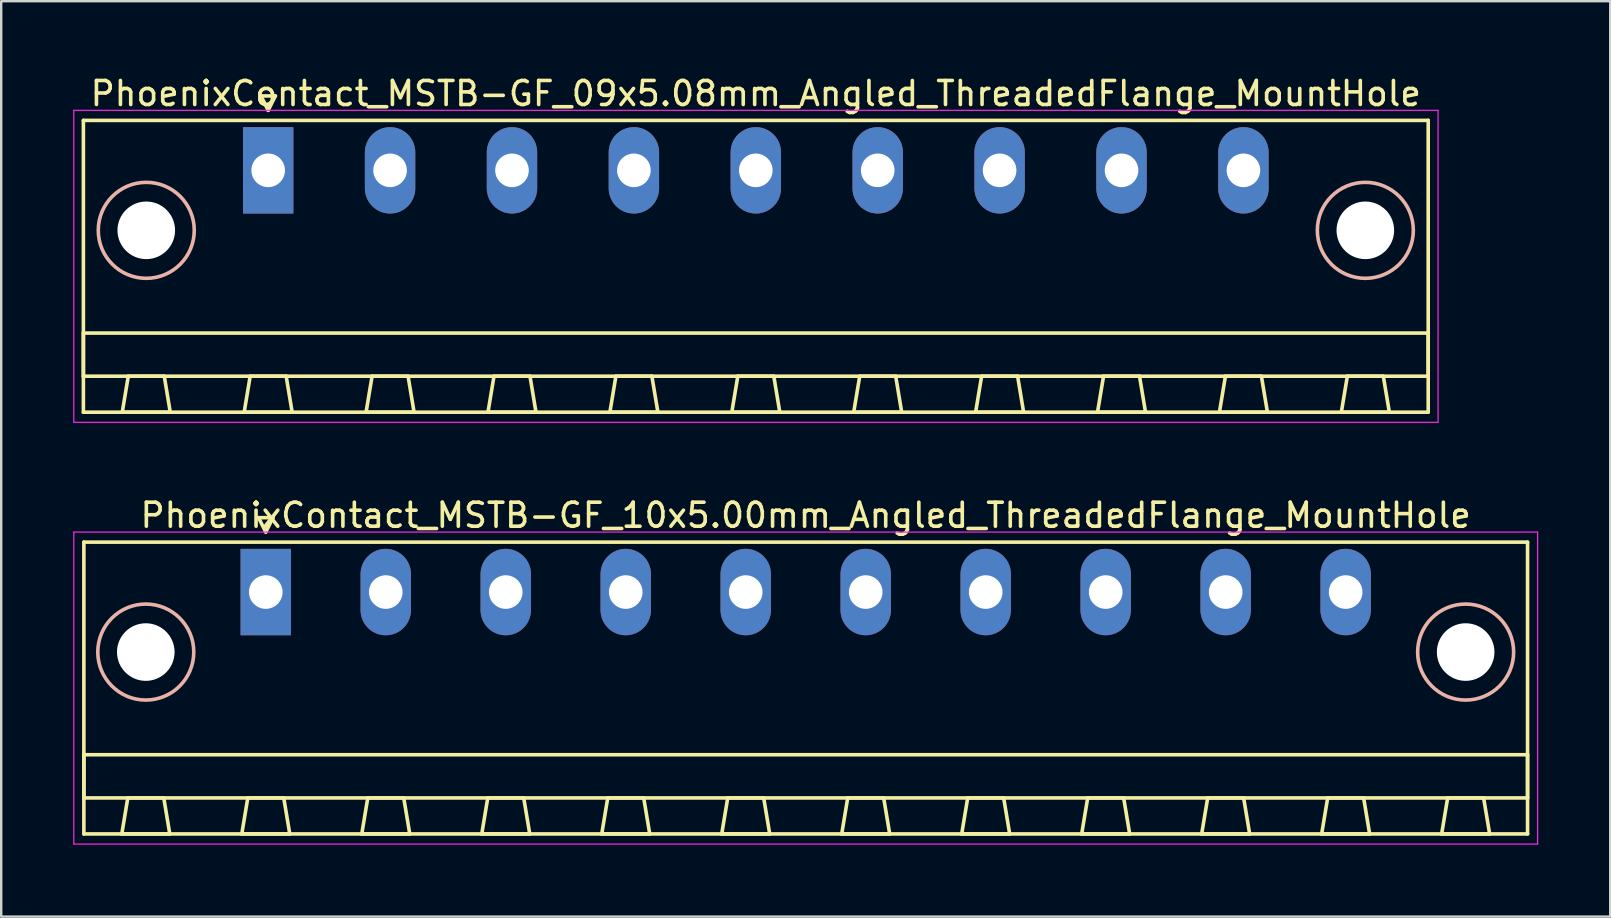
<source format=kicad_pcb>
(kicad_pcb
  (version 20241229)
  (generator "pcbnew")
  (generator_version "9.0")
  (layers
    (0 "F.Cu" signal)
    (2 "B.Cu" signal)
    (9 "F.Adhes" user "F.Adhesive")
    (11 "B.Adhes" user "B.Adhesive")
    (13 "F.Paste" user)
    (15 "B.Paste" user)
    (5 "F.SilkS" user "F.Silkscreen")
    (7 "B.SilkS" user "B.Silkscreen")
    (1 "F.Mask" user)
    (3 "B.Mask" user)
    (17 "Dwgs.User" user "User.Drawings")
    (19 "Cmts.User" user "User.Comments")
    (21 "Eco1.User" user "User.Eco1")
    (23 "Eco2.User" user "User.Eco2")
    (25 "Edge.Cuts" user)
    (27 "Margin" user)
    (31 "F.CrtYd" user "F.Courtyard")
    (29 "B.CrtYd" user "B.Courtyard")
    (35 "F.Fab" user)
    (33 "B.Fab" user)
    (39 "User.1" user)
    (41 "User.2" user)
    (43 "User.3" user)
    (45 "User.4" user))
  (footprint "PhoenixContact_MSTB-GF_10x5.00mm_Angled_ThreadedFlange_MountHole"
    (layer "F.Cu")
    (at 8.025 21.622)
    (property "Reference" "PhoenixContact_MSTB-GF_10x5.00mm_Angled_ThreadedFlange_MountHole" (at 22.5 -3.2 0) (layer "F.SilkS") (effects (font (size 1 1) (thickness 0.15))))
    (attr through_hole)
    (fp_line (start -7.58 -2.08) (end -7.58 10.08) (stroke (width 0.15) (type solid)) (layer "F.SilkS"))
    (fp_line (start -7.58 6.78) (end 52.58 6.78) (stroke (width 0.15) (type solid)) (layer "F.SilkS"))
    (fp_line (start -7.58 8.58) (end -7.58 6.78) (stroke (width 0.15) (type solid)) (layer "F.SilkS"))
    (fp_line (start -7.58 10.08) (end 52.58 10.08) (stroke (width 0.15) (type solid)) (layer "F.SilkS"))
    (fp_line (start -6 10.08) (end -4 10.08) (stroke (width 0.15) (type solid)) (layer "F.SilkS"))
    (fp_line (start -5.75 8.58) (end -6 10.08) (stroke (width 0.15) (type solid)) (layer "F.SilkS"))
    (fp_line (start -4.25 8.58) (end -5.75 8.58) (stroke (width 0.15) (type solid)) (layer "F.SilkS"))
    (fp_line (start -4 10.08) (end -4.25 8.58) (stroke (width 0.15) (type solid)) (layer "F.SilkS"))
    (fp_line (start -1 10.08) (end 1 10.08) (stroke (width 0.15) (type solid)) (layer "F.SilkS"))
    (fp_line (start -0.75 8.58) (end -1 10.08) (stroke (width 0.15) (type solid)) (layer "F.SilkS"))
    (fp_line (start -0.3 -3.1) (end 0 -2.5) (stroke (width 0.15) (type solid)) (layer "F.SilkS"))
    (fp_line (start 0 -2.5) (end 0.3 -3.1) (stroke (width 0.15) (type solid)) (layer "F.SilkS"))
    (fp_line (start 0.3 -3.1) (end -0.3 -3.1) (stroke (width 0.15) (type solid)) (layer "F.SilkS"))
    (fp_line (start 0.75 8.58) (end -0.75 8.58) (stroke (width 0.15) (type solid)) (layer "F.SilkS"))
    (fp_line (start 1 10.08) (end 0.75 8.58) (stroke (width 0.15) (type solid)) (layer "F.SilkS"))
    (fp_line (start 4 10.08) (end 6 10.08) (stroke (width 0.15) (type solid)) (layer "F.SilkS"))
    (fp_line (start 4.25 8.58) (end 4 10.08) (stroke (width 0.15) (type solid)) (layer "F.SilkS"))
    (fp_line (start 5.75 8.58) (end 4.25 8.58) (stroke (width 0.15) (type solid)) (layer "F.SilkS"))
    (fp_line (start 6 10.08) (end 5.75 8.58) (stroke (width 0.15) (type solid)) (layer "F.SilkS"))
    (fp_line (start 9 10.08) (end 11 10.08) (stroke (width 0.15) (type solid)) (layer "F.SilkS"))
    (fp_line (start 9.25 8.58) (end 9 10.08) (stroke (width 0.15) (type solid)) (layer "F.SilkS"))
    (fp_line (start 10.75 8.58) (end 9.25 8.58) (stroke (width 0.15) (type solid)) (layer "F.SilkS"))
    (fp_line (start 11 10.08) (end 10.75 8.58) (stroke (width 0.15) (type solid)) (layer "F.SilkS"))
    (fp_line (start 14 10.08) (end 16 10.08) (stroke (width 0.15) (type solid)) (layer "F.SilkS"))
    (fp_line (start 14.25 8.58) (end 14 10.08) (stroke (width 0.15) (type solid)) (layer "F.SilkS"))
    (fp_line (start 15.75 8.58) (end 14.25 8.58) (stroke (width 0.15) (type solid)) (layer "F.SilkS"))
    (fp_line (start 16 10.08) (end 15.75 8.58) (stroke (width 0.15) (type solid)) (layer "F.SilkS"))
    (fp_line (start 19 10.08) (end 21 10.08) (stroke (width 0.15) (type solid)) (layer "F.SilkS"))
    (fp_line (start 19.25 8.58) (end 19 10.08) (stroke (width 0.15) (type solid)) (layer "F.SilkS"))
    (fp_line (start 20.75 8.58) (end 19.25 8.58) (stroke (width 0.15) (type solid)) (layer "F.SilkS"))
    (fp_line (start 21 10.08) (end 20.75 8.58) (stroke (width 0.15) (type solid)) (layer "F.SilkS"))
    (fp_line (start 24 10.08) (end 26 10.08) (stroke (width 0.15) (type solid)) (layer "F.SilkS"))
    (fp_line (start 24.25 8.58) (end 24 10.08) (stroke (width 0.15) (type solid)) (layer "F.SilkS"))
    (fp_line (start 25.75 8.58) (end 24.25 8.58) (stroke (width 0.15) (type solid)) (layer "F.SilkS"))
    (fp_line (start 26 10.08) (end 25.75 8.58) (stroke (width 0.15) (type solid)) (layer "F.SilkS"))
    (fp_line (start 29 10.08) (end 31 10.08) (stroke (width 0.15) (type solid)) (layer "F.SilkS"))
    (fp_line (start 29.25 8.58) (end 29 10.08) (stroke (width 0.15) (type solid)) (layer "F.SilkS"))
    (fp_line (start 30.75 8.58) (end 29.25 8.58) (stroke (width 0.15) (type solid)) (layer "F.SilkS"))
    (fp_line (start 31 10.08) (end 30.75 8.58) (stroke (width 0.15) (type solid)) (layer "F.SilkS"))
    (fp_line (start 34 10.08) (end 36 10.08) (stroke (width 0.15) (type solid)) (layer "F.SilkS"))
    (fp_line (start 34.25 8.58) (end 34 10.08) (stroke (width 0.15) (type solid)) (layer "F.SilkS"))
    (fp_line (start 35.75 8.58) (end 34.25 8.58) (stroke (width 0.15) (type solid)) (layer "F.SilkS"))
    (fp_line (start 36 10.08) (end 35.75 8.58) (stroke (width 0.15) (type solid)) (layer "F.SilkS"))
    (fp_line (start 39 10.08) (end 41 10.08) (stroke (width 0.15) (type solid)) (layer "F.SilkS"))
    (fp_line (start 39.25 8.58) (end 39 10.08) (stroke (width 0.15) (type solid)) (layer "F.SilkS"))
    (fp_line (start 40.75 8.58) (end 39.25 8.58) (stroke (width 0.15) (type solid)) (layer "F.SilkS"))
    (fp_line (start 41 10.08) (end 40.75 8.58) (stroke (width 0.15) (type solid)) (layer "F.SilkS"))
    (fp_line (start 44 10.08) (end 46 10.08) (stroke (width 0.15) (type solid)) (layer "F.SilkS"))
    (fp_line (start 44.25 8.58) (end 44 10.08) (stroke (width 0.15) (type solid)) (layer "F.SilkS"))
    (fp_line (start 45.75 8.58) (end 44.25 8.58) (stroke (width 0.15) (type solid)) (layer "F.SilkS"))
    (fp_line (start 46 10.08) (end 45.75 8.58) (stroke (width 0.15) (type solid)) (layer "F.SilkS"))
    (fp_line (start 49 10.08) (end 51 10.08) (stroke (width 0.15) (type solid)) (layer "F.SilkS"))
    (fp_line (start 49.25 8.58) (end 49 10.08) (stroke (width 0.15) (type solid)) (layer "F.SilkS"))
    (fp_line (start 50.75 8.58) (end 49.25 8.58) (stroke (width 0.15) (type solid)) (layer "F.SilkS"))
    (fp_line (start 51 10.08) (end 50.75 8.58) (stroke (width 0.15) (type solid)) (layer "F.SilkS"))
    (fp_line (start 52.58 -2.08) (end -7.58 -2.08) (stroke (width 0.15) (type solid)) (layer "F.SilkS"))
    (fp_line (start 52.58 6.78) (end 52.58 8.58) (stroke (width 0.15) (type solid)) (layer "F.SilkS"))
    (fp_line (start 52.58 8.58) (end -7.58 8.58) (stroke (width 0.15) (type solid)) (layer "F.SilkS"))
    (fp_line (start 52.58 10.08) (end 52.58 -2.08) (stroke (width 0.15) (type solid)) (layer "F.SilkS"))
    (fp_circle (center -5 2.5) (end -3 2.5) (stroke (width 0.15) (type solid)) (fill no) (layer "B.SilkS"))
    (fp_circle (center 50 2.5) (end 52 2.5) (stroke (width 0.15) (type solid)) (fill no) (layer "B.SilkS"))
    (fp_line (start -8 -2.5) (end -8 10.5) (stroke (width 0.05) (type solid)) (layer "F.CrtYd"))
    (fp_line (start -8 10.5) (end 53 10.5) (stroke (width 0.05) (type solid)) (layer "F.CrtYd"))
    (fp_line (start 53 -2.5) (end -8 -2.5) (stroke (width 0.05) (type solid)) (layer "F.CrtYd"))
    (fp_line (start 53 10.5) (end 53 -2.5) (stroke (width 0.05) (type solid)) (layer "F.CrtYd"))
    (pad "" np_thru_hole circle (at -5 2.5) (size 2.4 2.4) (drill 2.4) (layers "*.Cu" "*.Mask"))
    (pad "" np_thru_hole circle (at 50 2.5) (size 2.4 2.4) (drill 2.4) (layers "*.Cu" "*.Mask"))
    (pad "1" thru_hole rect (at 0 0) (size 2.1 3.6) (drill 1.4) (layers "*.Cu" "*.Mask"))
    (pad "2" thru_hole oval (at 5 0) (size 2.1 3.6) (drill 1.4) (layers "*.Cu" "*.Mask"))
    (pad "3" thru_hole oval (at 10 0) (size 2.1 3.6) (drill 1.4) (layers "*.Cu" "*.Mask"))
    (pad "4" thru_hole oval (at 15 0) (size 2.1 3.6) (drill 1.4) (layers "*.Cu" "*.Mask"))
    (pad "5" thru_hole oval (at 20 0) (size 2.1 3.6) (drill 1.4) (layers "*.Cu" "*.Mask"))
    (pad "6" thru_hole oval (at 25 0) (size 2.1 3.6) (drill 1.4) (layers "*.Cu" "*.Mask"))
    (pad "7" thru_hole oval (at 30 0) (size 2.1 3.6) (drill 1.4) (layers "*.Cu" "*.Mask"))
    (pad "8" thru_hole oval (at 35 0) (size 2.1 3.6) (drill 1.4) (layers "*.Cu" "*.Mask"))
    (pad "9" thru_hole oval (at 40 0) (size 2.1 3.6) (drill 1.4) (layers "*.Cu" "*.Mask"))
    (pad "10" thru_hole oval (at 45 0) (size 2.1 3.6) (drill 1.4) (layers "*.Cu" "*.Mask")))
  (footprint "PhoenixContact_MSTB-GF_09x5.08mm_Angled_ThreadedFlange_MountHole"
    (layer "F.Cu")
    (at 8.125 4.048)
    (property "Reference" "PhoenixContact_MSTB-GF_09x5.08mm_Angled_ThreadedFlange_MountHole" (at 20.32 -3.2 0) (layer "F.SilkS") (effects (font (size 1 1) (thickness 0.15))))
    (attr through_hole)
    (fp_line (start -7.7 -2.08) (end -7.7 10.08) (stroke (width 0.15) (type solid)) (layer "F.SilkS"))
    (fp_line (start -7.7 6.78) (end 48.34 6.78) (stroke (width 0.15) (type solid)) (layer "F.SilkS"))
    (fp_line (start -7.7 8.58) (end -7.7 6.78) (stroke (width 0.15) (type solid)) (layer "F.SilkS"))
    (fp_line (start -7.7 10.08) (end 48.34 10.08) (stroke (width 0.15) (type solid)) (layer "F.SilkS"))
    (fp_line (start -6.08 10.08) (end -4.08 10.08) (stroke (width 0.15) (type solid)) (layer "F.SilkS"))
    (fp_line (start -5.83 8.58) (end -6.08 10.08) (stroke (width 0.15) (type solid)) (layer "F.SilkS"))
    (fp_line (start -4.33 8.58) (end -5.83 8.58) (stroke (width 0.15) (type solid)) (layer "F.SilkS"))
    (fp_line (start -4.08 10.08) (end -4.33 8.58) (stroke (width 0.15) (type solid)) (layer "F.SilkS"))
    (fp_line (start -1 10.08) (end 1 10.08) (stroke (width 0.15) (type solid)) (layer "F.SilkS"))
    (fp_line (start -0.75 8.58) (end -1 10.08) (stroke (width 0.15) (type solid)) (layer "F.SilkS"))
    (fp_line (start -0.3 -3.1) (end 0 -2.5) (stroke (width 0.15) (type solid)) (layer "F.SilkS"))
    (fp_line (start 0 -2.5) (end 0.3 -3.1) (stroke (width 0.15) (type solid)) (layer "F.SilkS"))
    (fp_line (start 0.3 -3.1) (end -0.3 -3.1) (stroke (width 0.15) (type solid)) (layer "F.SilkS"))
    (fp_line (start 0.75 8.58) (end -0.75 8.58) (stroke (width 0.15) (type solid)) (layer "F.SilkS"))
    (fp_line (start 1 10.08) (end 0.75 8.58) (stroke (width 0.15) (type solid)) (layer "F.SilkS"))
    (fp_line (start 4.08 10.08) (end 6.08 10.08) (stroke (width 0.15) (type solid)) (layer "F.SilkS"))
    (fp_line (start 4.33 8.58) (end 4.08 10.08) (stroke (width 0.15) (type solid)) (layer "F.SilkS"))
    (fp_line (start 5.83 8.58) (end 4.33 8.58) (stroke (width 0.15) (type solid)) (layer "F.SilkS"))
    (fp_line (start 6.08 10.08) (end 5.83 8.58) (stroke (width 0.15) (type solid)) (layer "F.SilkS"))
    (fp_line (start 9.16 10.08) (end 11.16 10.08) (stroke (width 0.15) (type solid)) (layer "F.SilkS"))
    (fp_line (start 9.41 8.58) (end 9.16 10.08) (stroke (width 0.15) (type solid)) (layer "F.SilkS"))
    (fp_line (start 10.91 8.58) (end 9.41 8.58) (stroke (width 0.15) (type solid)) (layer "F.SilkS"))
    (fp_line (start 11.16 10.08) (end 10.91 8.58) (stroke (width 0.15) (type solid)) (layer "F.SilkS"))
    (fp_line (start 14.24 10.08) (end 16.24 10.08) (stroke (width 0.15) (type solid)) (layer "F.SilkS"))
    (fp_line (start 14.49 8.58) (end 14.24 10.08) (stroke (width 0.15) (type solid)) (layer "F.SilkS"))
    (fp_line (start 15.99 8.58) (end 14.49 8.58) (stroke (width 0.15) (type solid)) (layer "F.SilkS"))
    (fp_line (start 16.24 10.08) (end 15.99 8.58) (stroke (width 0.15) (type solid)) (layer "F.SilkS"))
    (fp_line (start 19.32 10.08) (end 21.32 10.08) (stroke (width 0.15) (type solid)) (layer "F.SilkS"))
    (fp_line (start 19.57 8.58) (end 19.32 10.08) (stroke (width 0.15) (type solid)) (layer "F.SilkS"))
    (fp_line (start 21.07 8.58) (end 19.57 8.58) (stroke (width 0.15) (type solid)) (layer "F.SilkS"))
    (fp_line (start 21.32 10.08) (end 21.07 8.58) (stroke (width 0.15) (type solid)) (layer "F.SilkS"))
    (fp_line (start 24.4 10.08) (end 26.4 10.08) (stroke (width 0.15) (type solid)) (layer "F.SilkS"))
    (fp_line (start 24.65 8.58) (end 24.4 10.08) (stroke (width 0.15) (type solid)) (layer "F.SilkS"))
    (fp_line (start 26.15 8.58) (end 24.65 8.58) (stroke (width 0.15) (type solid)) (layer "F.SilkS"))
    (fp_line (start 26.4 10.08) (end 26.15 8.58) (stroke (width 0.15) (type solid)) (layer "F.SilkS"))
    (fp_line (start 29.48 10.08) (end 31.48 10.08) (stroke (width 0.15) (type solid)) (layer "F.SilkS"))
    (fp_line (start 29.73 8.58) (end 29.48 10.08) (stroke (width 0.15) (type solid)) (layer "F.SilkS"))
    (fp_line (start 31.23 8.58) (end 29.73 8.58) (stroke (width 0.15) (type solid)) (layer "F.SilkS"))
    (fp_line (start 31.48 10.08) (end 31.23 8.58) (stroke (width 0.15) (type solid)) (layer "F.SilkS"))
    (fp_line (start 34.56 10.08) (end 36.56 10.08) (stroke (width 0.15) (type solid)) (layer "F.SilkS"))
    (fp_line (start 34.81 8.58) (end 34.56 10.08) (stroke (width 0.15) (type solid)) (layer "F.SilkS"))
    (fp_line (start 36.31 8.58) (end 34.81 8.58) (stroke (width 0.15) (type solid)) (layer "F.SilkS"))
    (fp_line (start 36.56 10.08) (end 36.31 8.58) (stroke (width 0.15) (type solid)) (layer "F.SilkS"))
    (fp_line (start 39.64 10.08) (end 41.64 10.08) (stroke (width 0.15) (type solid)) (layer "F.SilkS"))
    (fp_line (start 39.89 8.58) (end 39.64 10.08) (stroke (width 0.15) (type solid)) (layer "F.SilkS"))
    (fp_line (start 41.39 8.58) (end 39.89 8.58) (stroke (width 0.15) (type solid)) (layer "F.SilkS"))
    (fp_line (start 41.64 10.08) (end 41.39 8.58) (stroke (width 0.15) (type solid)) (layer "F.SilkS"))
    (fp_line (start 44.72 10.08) (end 46.72 10.08) (stroke (width 0.15) (type solid)) (layer "F.SilkS"))
    (fp_line (start 44.97 8.58) (end 44.72 10.08) (stroke (width 0.15) (type solid)) (layer "F.SilkS"))
    (fp_line (start 46.47 8.58) (end 44.97 8.58) (stroke (width 0.15) (type solid)) (layer "F.SilkS"))
    (fp_line (start 46.72 10.08) (end 46.47 8.58) (stroke (width 0.15) (type solid)) (layer "F.SilkS"))
    (fp_line (start 48.34 -2.08) (end -7.7 -2.08) (stroke (width 0.15) (type solid)) (layer "F.SilkS"))
    (fp_line (start 48.34 6.78) (end 48.34 8.58) (stroke (width 0.15) (type solid)) (layer "F.SilkS"))
    (fp_line (start 48.34 8.58) (end -7.7 8.58) (stroke (width 0.15) (type solid)) (layer "F.SilkS"))
    (fp_line (start 48.34 10.08) (end 48.34 -2.08) (stroke (width 0.15) (type solid)) (layer "F.SilkS"))
    (fp_circle (center -5.08 2.5) (end -3.08 2.5) (stroke (width 0.15) (type solid)) (fill no) (layer "B.SilkS"))
    (fp_circle (center 45.72 2.5) (end 47.72 2.5) (stroke (width 0.15) (type solid)) (fill no) (layer "B.SilkS"))
    (fp_line (start -8.1 -2.5) (end -8.1 10.5) (stroke (width 0.05) (type solid)) (layer "F.CrtYd"))
    (fp_line (start -8.1 10.5) (end 48.75 10.5) (stroke (width 0.05) (type solid)) (layer "F.CrtYd"))
    (fp_line (start 48.75 -2.5) (end -8.1 -2.5) (stroke (width 0.05) (type solid)) (layer "F.CrtYd"))
    (fp_line (start 48.75 10.5) (end 48.75 -2.5) (stroke (width 0.05) (type solid)) (layer "F.CrtYd"))
    (pad "" np_thru_hole circle (at -5.08 2.5) (size 2.4 2.4) (drill 2.4) (layers "*.Cu" "*.Mask"))
    (pad "" np_thru_hole circle (at 45.72 2.5) (size 2.4 2.4) (drill 2.4) (layers "*.Cu" "*.Mask"))
    (pad "1" thru_hole rect (at 0 0) (size 2.1 3.6) (drill 1.4) (layers "*.Cu" "*.Mask"))
    (pad "2" thru_hole oval (at 5.08 0) (size 2.1 3.6) (drill 1.4) (layers "*.Cu" "*.Mask"))
    (pad "3" thru_hole oval (at 10.16 0) (size 2.1 3.6) (drill 1.4) (layers "*.Cu" "*.Mask"))
    (pad "4" thru_hole oval (at 15.24 0) (size 2.1 3.6) (drill 1.4) (layers "*.Cu" "*.Mask"))
    (pad "5" thru_hole oval (at 20.32 0) (size 2.1 3.6) (drill 1.4) (layers "*.Cu" "*.Mask"))
    (pad "6" thru_hole oval (at 25.4 0) (size 2.1 3.6) (drill 1.4) (layers "*.Cu" "*.Mask"))
    (pad "7" thru_hole oval (at 30.48 0) (size 2.1 3.6) (drill 1.4) (layers "*.Cu" "*.Mask"))
    (pad "8" thru_hole oval (at 35.56 0) (size 2.1 3.6) (drill 1.4) (layers "*.Cu" "*.Mask"))
    (pad "9" thru_hole oval (at 40.64 0) (size 2.1 3.6) (drill 1.4) (layers "*.Cu" "*.Mask")))
  (gr_rect
    (start -3 -3)
    (end 64.05 35.147)
    (stroke (width 0.1) (type default))
    (fill no)
    (layer "Edge.Cuts")))
</source>
